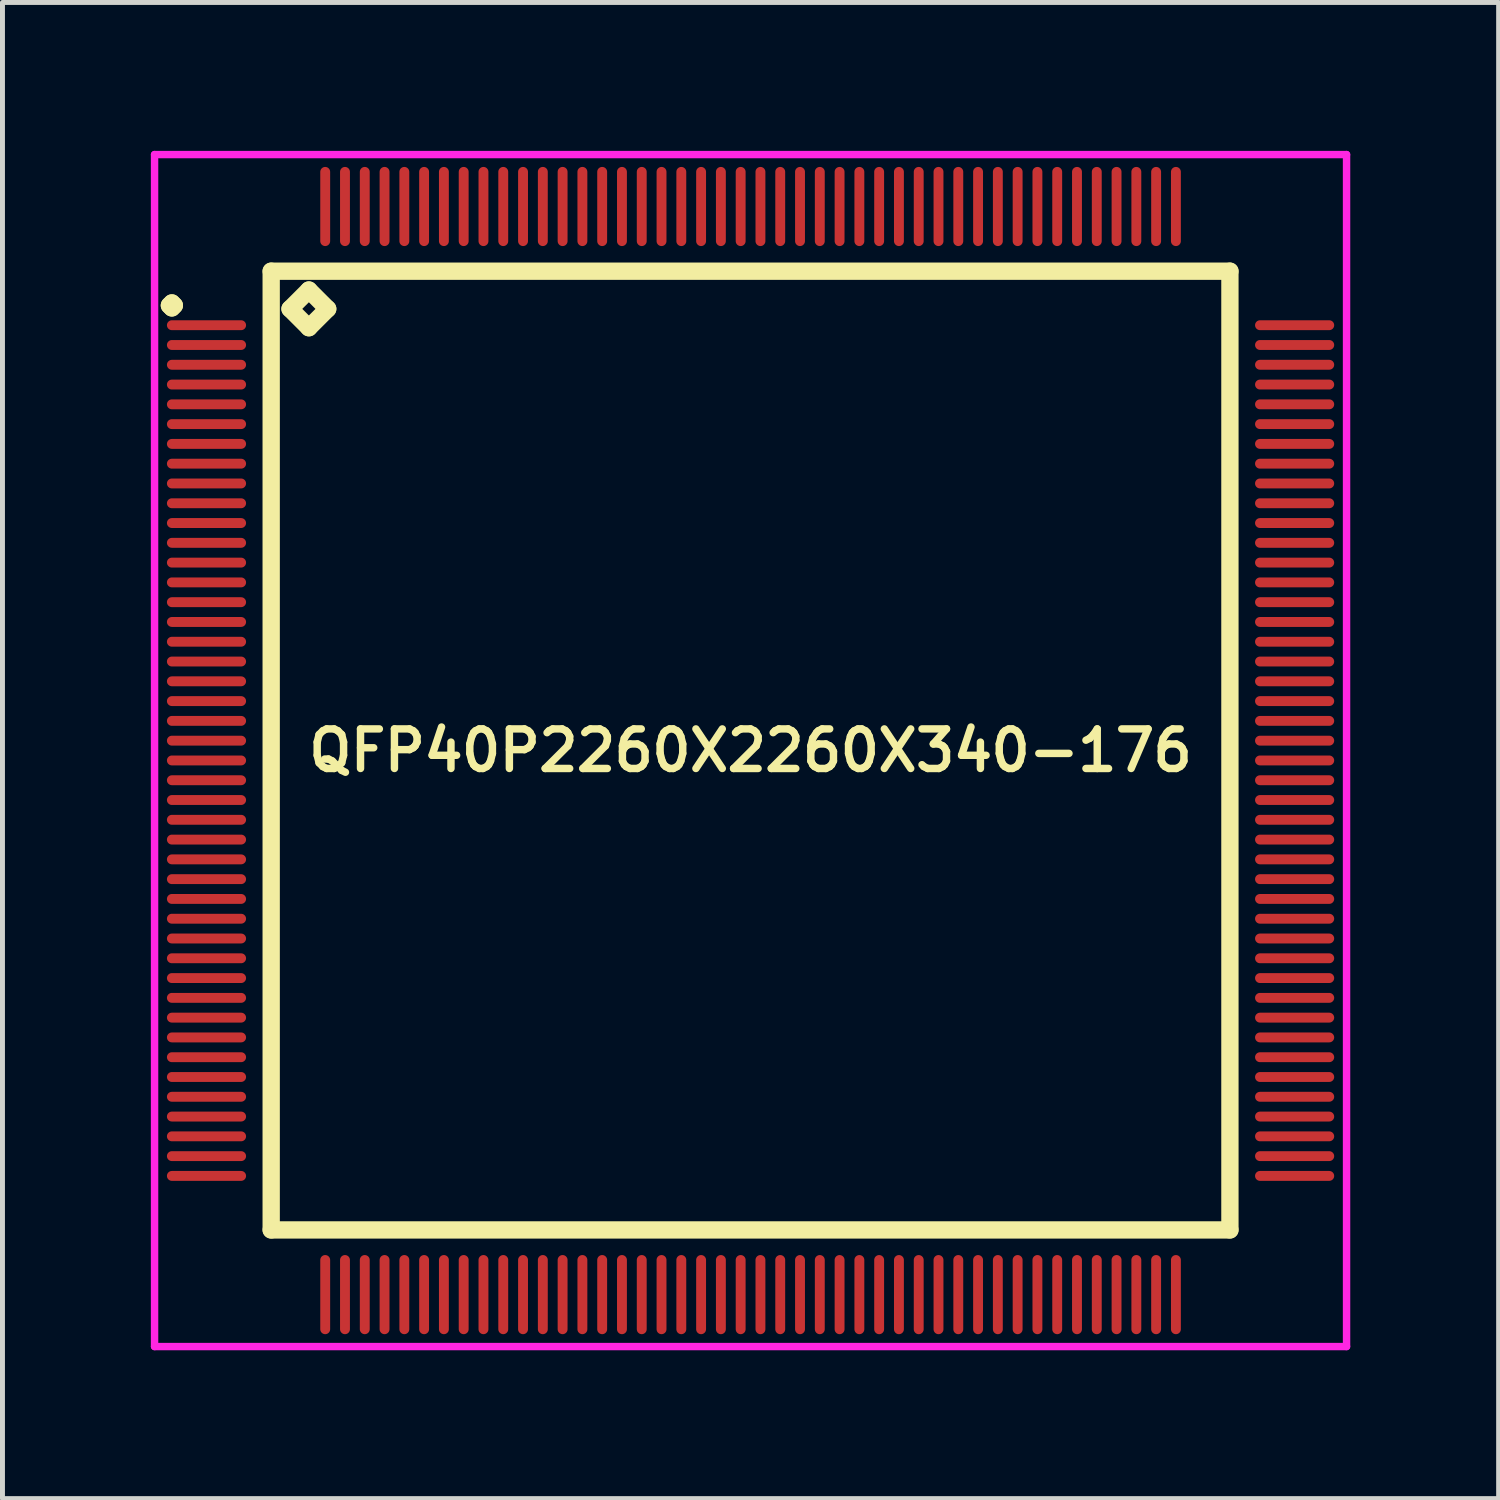
<source format=kicad_pcb>
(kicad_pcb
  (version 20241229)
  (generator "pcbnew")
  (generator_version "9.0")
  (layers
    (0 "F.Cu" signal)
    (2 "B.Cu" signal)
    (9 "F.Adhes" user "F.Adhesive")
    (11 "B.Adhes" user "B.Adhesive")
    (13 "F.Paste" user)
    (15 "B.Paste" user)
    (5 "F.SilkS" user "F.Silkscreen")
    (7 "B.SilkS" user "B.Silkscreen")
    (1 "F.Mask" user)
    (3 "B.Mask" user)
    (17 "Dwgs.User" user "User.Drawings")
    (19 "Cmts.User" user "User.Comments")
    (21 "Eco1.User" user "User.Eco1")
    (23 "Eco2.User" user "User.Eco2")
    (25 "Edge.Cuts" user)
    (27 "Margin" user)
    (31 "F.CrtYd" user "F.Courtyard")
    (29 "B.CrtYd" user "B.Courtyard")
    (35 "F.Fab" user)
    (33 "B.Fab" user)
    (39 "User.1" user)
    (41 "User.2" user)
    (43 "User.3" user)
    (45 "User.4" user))
  (footprint "QFP40P2260X2260X340-176"
    (layer "F.Cu")
    (at 12.125 12.125)
    (property "Reference" "QFP40P2260X2260X340-176" (at 0 0 0) (layer "F.SilkS") (effects (font (size 0.8 0.8) (thickness 0.15))))
    (attr through_hole)
    (fp_line (start -11.75 -9) (end -11.7 -9.05) (stroke (width 0.35) (type solid)) (layer "F.SilkS"))
    (fp_line (start -11.7 -9.05) (end -11.65 -9) (stroke (width 0.35) (type solid)) (layer "F.SilkS"))
    (fp_line (start -11.7 -8.95) (end -11.75 -9) (stroke (width 0.35) (type solid)) (layer "F.SilkS"))
    (fp_line (start -11.65 -9) (end -11.7 -8.95) (stroke (width 0.35) (type solid)) (layer "F.SilkS"))
    (fp_line (start -9.692 -9.692) (end -9.692 9.692) (stroke (width 0.35) (type solid)) (layer "F.SilkS"))
    (fp_line (start -9.692 9.692) (end 9.692 9.692) (stroke (width 0.35) (type solid)) (layer "F.SilkS"))
    (fp_line (start -9.311 -8.93) (end -8.93 -9.311) (stroke (width 0.35) (type solid)) (layer "F.SilkS"))
    (fp_line (start -8.93 -9.311) (end -8.549 -8.93) (stroke (width 0.35) (type solid)) (layer "F.SilkS"))
    (fp_line (start -8.93 -8.549) (end -9.311 -8.93) (stroke (width 0.35) (type solid)) (layer "F.SilkS"))
    (fp_line (start -8.549 -8.93) (end -8.93 -8.549) (stroke (width 0.35) (type solid)) (layer "F.SilkS"))
    (fp_line (start 9.692 -9.692) (end -9.692 -9.692) (stroke (width 0.35) (type solid)) (layer "F.SilkS"))
    (fp_line (start 9.692 9.692) (end 9.692 -9.692) (stroke (width 0.35) (type solid)) (layer "F.SilkS"))
    (fp_line (start -12.05 -12.05) (end 12.05 -12.05) (stroke (width 0.15) (type solid)) (layer "F.CrtYd"))
    (fp_line (start -12.05 12.05) (end -12.05 -12.05) (stroke (width 0.15) (type solid)) (layer "F.CrtYd"))
    (fp_line (start 12.05 -12.05) (end 12.05 12.05) (stroke (width 0.15) (type solid)) (layer "F.CrtYd"))
    (fp_line (start 12.05 12.05) (end -12.05 12.05) (stroke (width 0.15) (type solid)) (layer "F.CrtYd"))
    (pad "1" smd oval (at -11 -8.6) (size 1.6 0.2) (layers "F.Cu" "F.Mask" "F.Paste"))
    (pad "2" smd oval (at -11 -8.2) (size 1.6 0.2) (layers "F.Cu" "F.Mask" "F.Paste"))
    (pad "3" smd oval (at -11 -7.8) (size 1.6 0.2) (layers "F.Cu" "F.Mask" "F.Paste"))
    (pad "4" smd oval (at -11 -7.4) (size 1.6 0.2) (layers "F.Cu" "F.Mask" "F.Paste"))
    (pad "5" smd oval (at -11 -7) (size 1.6 0.2) (layers "F.Cu" "F.Mask" "F.Paste"))
    (pad "6" smd oval (at -11 -6.6) (size 1.6 0.2) (layers "F.Cu" "F.Mask" "F.Paste"))
    (pad "7" smd oval (at -11 -6.2) (size 1.6 0.2) (layers "F.Cu" "F.Mask" "F.Paste"))
    (pad "8" smd oval (at -11 -5.8) (size 1.6 0.2) (layers "F.Cu" "F.Mask" "F.Paste"))
    (pad "9" smd oval (at -11 -5.4) (size 1.6 0.2) (layers "F.Cu" "F.Mask" "F.Paste"))
    (pad "10" smd oval (at -11 -5) (size 1.6 0.2) (layers "F.Cu" "F.Mask" "F.Paste"))
    (pad "11" smd oval (at -11 -4.6) (size 1.6 0.2) (layers "F.Cu" "F.Mask" "F.Paste"))
    (pad "12" smd oval (at -11 -4.2) (size 1.6 0.2) (layers "F.Cu" "F.Mask" "F.Paste"))
    (pad "13" smd oval (at -11 -3.8) (size 1.6 0.2) (layers "F.Cu" "F.Mask" "F.Paste"))
    (pad "14" smd oval (at -11 -3.4) (size 1.6 0.2) (layers "F.Cu" "F.Mask" "F.Paste"))
    (pad "15" smd oval (at -11 -3) (size 1.6 0.2) (layers "F.Cu" "F.Mask" "F.Paste"))
    (pad "16" smd oval (at -11 -2.6) (size 1.6 0.2) (layers "F.Cu" "F.Mask" "F.Paste"))
    (pad "17" smd oval (at -11 -2.2) (size 1.6 0.2) (layers "F.Cu" "F.Mask" "F.Paste"))
    (pad "18" smd oval (at -11 -1.8) (size 1.6 0.2) (layers "F.Cu" "F.Mask" "F.Paste"))
    (pad "19" smd oval (at -11 -1.4) (size 1.6 0.2) (layers "F.Cu" "F.Mask" "F.Paste"))
    (pad "20" smd oval (at -11 -1) (size 1.6 0.2) (layers "F.Cu" "F.Mask" "F.Paste"))
    (pad "21" smd oval (at -11 -0.6) (size 1.6 0.2) (layers "F.Cu" "F.Mask" "F.Paste"))
    (pad "22" smd oval (at -11 -0.2) (size 1.6 0.2) (layers "F.Cu" "F.Mask" "F.Paste"))
    (pad "23" smd oval (at -11 0.2) (size 1.6 0.2) (layers "F.Cu" "F.Mask" "F.Paste"))
    (pad "24" smd oval (at -11 0.6) (size 1.6 0.2) (layers "F.Cu" "F.Mask" "F.Paste"))
    (pad "25" smd oval (at -11 1) (size 1.6 0.2) (layers "F.Cu" "F.Mask" "F.Paste"))
    (pad "26" smd oval (at -11 1.4) (size 1.6 0.2) (layers "F.Cu" "F.Mask" "F.Paste"))
    (pad "27" smd oval (at -11 1.8) (size 1.6 0.2) (layers "F.Cu" "F.Mask" "F.Paste"))
    (pad "28" smd oval (at -11 2.2) (size 1.6 0.2) (layers "F.Cu" "F.Mask" "F.Paste"))
    (pad "29" smd oval (at -11 2.6) (size 1.6 0.2) (layers "F.Cu" "F.Mask" "F.Paste"))
    (pad "30" smd oval (at -11 3) (size 1.6 0.2) (layers "F.Cu" "F.Mask" "F.Paste"))
    (pad "31" smd oval (at -11 3.4) (size 1.6 0.2) (layers "F.Cu" "F.Mask" "F.Paste"))
    (pad "32" smd oval (at -11 3.8) (size 1.6 0.2) (layers "F.Cu" "F.Mask" "F.Paste"))
    (pad "33" smd oval (at -11 4.2) (size 1.6 0.2) (layers "F.Cu" "F.Mask" "F.Paste"))
    (pad "34" smd oval (at -11 4.6) (size 1.6 0.2) (layers "F.Cu" "F.Mask" "F.Paste"))
    (pad "35" smd oval (at -11 5) (size 1.6 0.2) (layers "F.Cu" "F.Mask" "F.Paste"))
    (pad "36" smd oval (at -11 5.4) (size 1.6 0.2) (layers "F.Cu" "F.Mask" "F.Paste"))
    (pad "37" smd oval (at -11 5.8) (size 1.6 0.2) (layers "F.Cu" "F.Mask" "F.Paste"))
    (pad "38" smd oval (at -11 6.2) (size 1.6 0.2) (layers "F.Cu" "F.Mask" "F.Paste"))
    (pad "39" smd oval (at -11 6.6) (size 1.6 0.2) (layers "F.Cu" "F.Mask" "F.Paste"))
    (pad "40" smd oval (at -11 7) (size 1.6 0.2) (layers "F.Cu" "F.Mask" "F.Paste"))
    (pad "41" smd oval (at -11 7.4) (size 1.6 0.2) (layers "F.Cu" "F.Mask" "F.Paste"))
    (pad "42" smd oval (at -11 7.8) (size 1.6 0.2) (layers "F.Cu" "F.Mask" "F.Paste"))
    (pad "43" smd oval (at -11 8.2) (size 1.6 0.2) (layers "F.Cu" "F.Mask" "F.Paste"))
    (pad "44" smd oval (at -11 8.6) (size 1.6 0.2) (layers "F.Cu" "F.Mask" "F.Paste"))
    (pad "45" smd oval (at -8.6 11) (size 0.2 1.6) (layers "F.Cu" "F.Mask" "F.Paste"))
    (pad "46" smd oval (at -8.2 11) (size 0.2 1.6) (layers "F.Cu" "F.Mask" "F.Paste"))
    (pad "47" smd oval (at -7.8 11) (size 0.2 1.6) (layers "F.Cu" "F.Mask" "F.Paste"))
    (pad "48" smd oval (at -7.4 11) (size 0.2 1.6) (layers "F.Cu" "F.Mask" "F.Paste"))
    (pad "49" smd oval (at -7 11) (size 0.2 1.6) (layers "F.Cu" "F.Mask" "F.Paste"))
    (pad "50" smd oval (at -6.6 11) (size 0.2 1.6) (layers "F.Cu" "F.Mask" "F.Paste"))
    (pad "51" smd oval (at -6.2 11) (size 0.2 1.6) (layers "F.Cu" "F.Mask" "F.Paste"))
    (pad "52" smd oval (at -5.8 11) (size 0.2 1.6) (layers "F.Cu" "F.Mask" "F.Paste"))
    (pad "53" smd oval (at -5.4 11) (size 0.2 1.6) (layers "F.Cu" "F.Mask" "F.Paste"))
    (pad "54" smd oval (at -5 11) (size 0.2 1.6) (layers "F.Cu" "F.Mask" "F.Paste"))
    (pad "55" smd oval (at -4.6 11) (size 0.2 1.6) (layers "F.Cu" "F.Mask" "F.Paste"))
    (pad "56" smd oval (at -4.2 11) (size 0.2 1.6) (layers "F.Cu" "F.Mask" "F.Paste"))
    (pad "57" smd oval (at -3.8 11) (size 0.2 1.6) (layers "F.Cu" "F.Mask" "F.Paste"))
    (pad "58" smd oval (at -3.4 11) (size 0.2 1.6) (layers "F.Cu" "F.Mask" "F.Paste"))
    (pad "59" smd oval (at -3 11) (size 0.2 1.6) (layers "F.Cu" "F.Mask" "F.Paste"))
    (pad "60" smd oval (at -2.6 11) (size 0.2 1.6) (layers "F.Cu" "F.Mask" "F.Paste"))
    (pad "61" smd oval (at -2.2 11) (size 0.2 1.6) (layers "F.Cu" "F.Mask" "F.Paste"))
    (pad "62" smd oval (at -1.8 11) (size 0.2 1.6) (layers "F.Cu" "F.Mask" "F.Paste"))
    (pad "63" smd oval (at -1.4 11) (size 0.2 1.6) (layers "F.Cu" "F.Mask" "F.Paste"))
    (pad "64" smd oval (at -1 11) (size 0.2 1.6) (layers "F.Cu" "F.Mask" "F.Paste"))
    (pad "65" smd oval (at -0.6 11) (size 0.2 1.6) (layers "F.Cu" "F.Mask" "F.Paste"))
    (pad "66" smd oval (at -0.2 11) (size 0.2 1.6) (layers "F.Cu" "F.Mask" "F.Paste"))
    (pad "67" smd oval (at 0.2 11) (size 0.2 1.6) (layers "F.Cu" "F.Mask" "F.Paste"))
    (pad "68" smd oval (at 0.6 11) (size 0.2 1.6) (layers "F.Cu" "F.Mask" "F.Paste"))
    (pad "69" smd oval (at 1 11) (size 0.2 1.6) (layers "F.Cu" "F.Mask" "F.Paste"))
    (pad "70" smd oval (at 1.4 11) (size 0.2 1.6) (layers "F.Cu" "F.Mask" "F.Paste"))
    (pad "71" smd oval (at 1.8 11) (size 0.2 1.6) (layers "F.Cu" "F.Mask" "F.Paste"))
    (pad "72" smd oval (at 2.2 11) (size 0.2 1.6) (layers "F.Cu" "F.Mask" "F.Paste"))
    (pad "73" smd oval (at 2.6 11) (size 0.2 1.6) (layers "F.Cu" "F.Mask" "F.Paste"))
    (pad "74" smd oval (at 3 11) (size 0.2 1.6) (layers "F.Cu" "F.Mask" "F.Paste"))
    (pad "75" smd oval (at 3.4 11) (size 0.2 1.6) (layers "F.Cu" "F.Mask" "F.Paste"))
    (pad "76" smd oval (at 3.8 11) (size 0.2 1.6) (layers "F.Cu" "F.Mask" "F.Paste"))
    (pad "77" smd oval (at 4.2 11) (size 0.2 1.6) (layers "F.Cu" "F.Mask" "F.Paste"))
    (pad "78" smd oval (at 4.6 11) (size 0.2 1.6) (layers "F.Cu" "F.Mask" "F.Paste"))
    (pad "79" smd oval (at 5 11) (size 0.2 1.6) (layers "F.Cu" "F.Mask" "F.Paste"))
    (pad "80" smd oval (at 5.4 11) (size 0.2 1.6) (layers "F.Cu" "F.Mask" "F.Paste"))
    (pad "81" smd oval (at 5.8 11) (size 0.2 1.6) (layers "F.Cu" "F.Mask" "F.Paste"))
    (pad "82" smd oval (at 6.2 11) (size 0.2 1.6) (layers "F.Cu" "F.Mask" "F.Paste"))
    (pad "83" smd oval (at 6.6 11) (size 0.2 1.6) (layers "F.Cu" "F.Mask" "F.Paste"))
    (pad "84" smd oval (at 7 11) (size 0.2 1.6) (layers "F.Cu" "F.Mask" "F.Paste"))
    (pad "85" smd oval (at 7.4 11) (size 0.2 1.6) (layers "F.Cu" "F.Mask" "F.Paste"))
    (pad "86" smd oval (at 7.8 11) (size 0.2 1.6) (layers "F.Cu" "F.Mask" "F.Paste"))
    (pad "87" smd oval (at 8.2 11) (size 0.2 1.6) (layers "F.Cu" "F.Mask" "F.Paste"))
    (pad "88" smd oval (at 8.6 11) (size 0.2 1.6) (layers "F.Cu" "F.Mask" "F.Paste"))
    (pad "89" smd oval (at 11 8.6) (size 1.6 0.2) (layers "F.Cu" "F.Mask" "F.Paste"))
    (pad "90" smd oval (at 11 8.2) (size 1.6 0.2) (layers "F.Cu" "F.Mask" "F.Paste"))
    (pad "91" smd oval (at 11 7.8) (size 1.6 0.2) (layers "F.Cu" "F.Mask" "F.Paste"))
    (pad "92" smd oval (at 11 7.4) (size 1.6 0.2) (layers "F.Cu" "F.Mask" "F.Paste"))
    (pad "93" smd oval (at 11 7) (size 1.6 0.2) (layers "F.Cu" "F.Mask" "F.Paste"))
    (pad "94" smd oval (at 11 6.6) (size 1.6 0.2) (layers "F.Cu" "F.Mask" "F.Paste"))
    (pad "95" smd oval (at 11 6.2) (size 1.6 0.2) (layers "F.Cu" "F.Mask" "F.Paste"))
    (pad "96" smd oval (at 11 5.8) (size 1.6 0.2) (layers "F.Cu" "F.Mask" "F.Paste"))
    (pad "97" smd oval (at 11 5.4) (size 1.6 0.2) (layers "F.Cu" "F.Mask" "F.Paste"))
    (pad "98" smd oval (at 11 5) (size 1.6 0.2) (layers "F.Cu" "F.Mask" "F.Paste"))
    (pad "99" smd oval (at 11 4.6) (size 1.6 0.2) (layers "F.Cu" "F.Mask" "F.Paste"))
    (pad "100" smd oval (at 11 4.2) (size 1.6 0.2) (layers "F.Cu" "F.Mask" "F.Paste"))
    (pad "101" smd oval (at 11 3.8) (size 1.6 0.2) (layers "F.Cu" "F.Mask" "F.Paste"))
    (pad "102" smd oval (at 11 3.4) (size 1.6 0.2) (layers "F.Cu" "F.Mask" "F.Paste"))
    (pad "103" smd oval (at 11 3) (size 1.6 0.2) (layers "F.Cu" "F.Mask" "F.Paste"))
    (pad "104" smd oval (at 11 2.6) (size 1.6 0.2) (layers "F.Cu" "F.Mask" "F.Paste"))
    (pad "105" smd oval (at 11 2.2) (size 1.6 0.2) (layers "F.Cu" "F.Mask" "F.Paste"))
    (pad "106" smd oval (at 11 1.8) (size 1.6 0.2) (layers "F.Cu" "F.Mask" "F.Paste"))
    (pad "107" smd oval (at 11 1.4) (size 1.6 0.2) (layers "F.Cu" "F.Mask" "F.Paste"))
    (pad "108" smd oval (at 11 1) (size 1.6 0.2) (layers "F.Cu" "F.Mask" "F.Paste"))
    (pad "109" smd oval (at 11 0.6) (size 1.6 0.2) (layers "F.Cu" "F.Mask" "F.Paste"))
    (pad "110" smd oval (at 11 0.2) (size 1.6 0.2) (layers "F.Cu" "F.Mask" "F.Paste"))
    (pad "111" smd oval (at 11 -0.2) (size 1.6 0.2) (layers "F.Cu" "F.Mask" "F.Paste"))
    (pad "112" smd oval (at 11 -0.6) (size 1.6 0.2) (layers "F.Cu" "F.Mask" "F.Paste"))
    (pad "113" smd oval (at 11 -1) (size 1.6 0.2) (layers "F.Cu" "F.Mask" "F.Paste"))
    (pad "114" smd oval (at 11 -1.4) (size 1.6 0.2) (layers "F.Cu" "F.Mask" "F.Paste"))
    (pad "115" smd oval (at 11 -1.8) (size 1.6 0.2) (layers "F.Cu" "F.Mask" "F.Paste"))
    (pad "116" smd oval (at 11 -2.2) (size 1.6 0.2) (layers "F.Cu" "F.Mask" "F.Paste"))
    (pad "117" smd oval (at 11 -2.6) (size 1.6 0.2) (layers "F.Cu" "F.Mask" "F.Paste"))
    (pad "118" smd oval (at 11 -3) (size 1.6 0.2) (layers "F.Cu" "F.Mask" "F.Paste"))
    (pad "119" smd oval (at 11 -3.4) (size 1.6 0.2) (layers "F.Cu" "F.Mask" "F.Paste"))
    (pad "120" smd oval (at 11 -3.8) (size 1.6 0.2) (layers "F.Cu" "F.Mask" "F.Paste"))
    (pad "121" smd oval (at 11 -4.2) (size 1.6 0.2) (layers "F.Cu" "F.Mask" "F.Paste"))
    (pad "122" smd oval (at 11 -4.6) (size 1.6 0.2) (layers "F.Cu" "F.Mask" "F.Paste"))
    (pad "123" smd oval (at 11 -5) (size 1.6 0.2) (layers "F.Cu" "F.Mask" "F.Paste"))
    (pad "124" smd oval (at 11 -5.4) (size 1.6 0.2) (layers "F.Cu" "F.Mask" "F.Paste"))
    (pad "125" smd oval (at 11 -5.8) (size 1.6 0.2) (layers "F.Cu" "F.Mask" "F.Paste"))
    (pad "126" smd oval (at 11 -6.2) (size 1.6 0.2) (layers "F.Cu" "F.Mask" "F.Paste"))
    (pad "127" smd oval (at 11 -6.6) (size 1.6 0.2) (layers "F.Cu" "F.Mask" "F.Paste"))
    (pad "128" smd oval (at 11 -7) (size 1.6 0.2) (layers "F.Cu" "F.Mask" "F.Paste"))
    (pad "129" smd oval (at 11 -7.4) (size 1.6 0.2) (layers "F.Cu" "F.Mask" "F.Paste"))
    (pad "130" smd oval (at 11 -7.8) (size 1.6 0.2) (layers "F.Cu" "F.Mask" "F.Paste"))
    (pad "131" smd oval (at 11 -8.2) (size 1.6 0.2) (layers "F.Cu" "F.Mask" "F.Paste"))
    (pad "132" smd oval (at 11 -8.6) (size 1.6 0.2) (layers "F.Cu" "F.Mask" "F.Paste"))
    (pad "133" smd oval (at 8.6 -11) (size 0.2 1.6) (layers "F.Cu" "F.Mask" "F.Paste"))
    (pad "134" smd oval (at 8.2 -11) (size 0.2 1.6) (layers "F.Cu" "F.Mask" "F.Paste"))
    (pad "135" smd oval (at 7.8 -11) (size 0.2 1.6) (layers "F.Cu" "F.Mask" "F.Paste"))
    (pad "136" smd oval (at 7.4 -11) (size 0.2 1.6) (layers "F.Cu" "F.Mask" "F.Paste"))
    (pad "137" smd oval (at 7 -11) (size 0.2 1.6) (layers "F.Cu" "F.Mask" "F.Paste"))
    (pad "138" smd oval (at 6.6 -11) (size 0.2 1.6) (layers "F.Cu" "F.Mask" "F.Paste"))
    (pad "139" smd oval (at 6.2 -11) (size 0.2 1.6) (layers "F.Cu" "F.Mask" "F.Paste"))
    (pad "140" smd oval (at 5.8 -11) (size 0.2 1.6) (layers "F.Cu" "F.Mask" "F.Paste"))
    (pad "141" smd oval (at 5.4 -11) (size 0.2 1.6) (layers "F.Cu" "F.Mask" "F.Paste"))
    (pad "142" smd oval (at 5 -11) (size 0.2 1.6) (layers "F.Cu" "F.Mask" "F.Paste"))
    (pad "143" smd oval (at 4.6 -11) (size 0.2 1.6) (layers "F.Cu" "F.Mask" "F.Paste"))
    (pad "144" smd oval (at 4.2 -11) (size 0.2 1.6) (layers "F.Cu" "F.Mask" "F.Paste"))
    (pad "145" smd oval (at 3.8 -11) (size 0.2 1.6) (layers "F.Cu" "F.Mask" "F.Paste"))
    (pad "146" smd oval (at 3.4 -11) (size 0.2 1.6) (layers "F.Cu" "F.Mask" "F.Paste"))
    (pad "147" smd oval (at 3 -11) (size 0.2 1.6) (layers "F.Cu" "F.Mask" "F.Paste"))
    (pad "148" smd oval (at 2.6 -11) (size 0.2 1.6) (layers "F.Cu" "F.Mask" "F.Paste"))
    (pad "149" smd oval (at 2.2 -11) (size 0.2 1.6) (layers "F.Cu" "F.Mask" "F.Paste"))
    (pad "150" smd oval (at 1.8 -11) (size 0.2 1.6) (layers "F.Cu" "F.Mask" "F.Paste"))
    (pad "151" smd oval (at 1.4 -11) (size 0.2 1.6) (layers "F.Cu" "F.Mask" "F.Paste"))
    (pad "152" smd oval (at 1 -11) (size 0.2 1.6) (layers "F.Cu" "F.Mask" "F.Paste"))
    (pad "153" smd oval (at 0.6 -11) (size 0.2 1.6) (layers "F.Cu" "F.Mask" "F.Paste"))
    (pad "154" smd oval (at 0.2 -11) (size 0.2 1.6) (layers "F.Cu" "F.Mask" "F.Paste"))
    (pad "155" smd oval (at -0.2 -11) (size 0.2 1.6) (layers "F.Cu" "F.Mask" "F.Paste"))
    (pad "156" smd oval (at -0.6 -11) (size 0.2 1.6) (layers "F.Cu" "F.Mask" "F.Paste"))
    (pad "157" smd oval (at -1 -11) (size 0.2 1.6) (layers "F.Cu" "F.Mask" "F.Paste"))
    (pad "158" smd oval (at -1.4 -11) (size 0.2 1.6) (layers "F.Cu" "F.Mask" "F.Paste"))
    (pad "159" smd oval (at -1.8 -11) (size 0.2 1.6) (layers "F.Cu" "F.Mask" "F.Paste"))
    (pad "160" smd oval (at -2.2 -11) (size 0.2 1.6) (layers "F.Cu" "F.Mask" "F.Paste"))
    (pad "161" smd oval (at -2.6 -11) (size 0.2 1.6) (layers "F.Cu" "F.Mask" "F.Paste"))
    (pad "162" smd oval (at -3 -11) (size 0.2 1.6) (layers "F.Cu" "F.Mask" "F.Paste"))
    (pad "163" smd oval (at -3.4 -11) (size 0.2 1.6) (layers "F.Cu" "F.Mask" "F.Paste"))
    (pad "164" smd oval (at -3.8 -11) (size 0.2 1.6) (layers "F.Cu" "F.Mask" "F.Paste"))
    (pad "165" smd oval (at -4.2 -11) (size 0.2 1.6) (layers "F.Cu" "F.Mask" "F.Paste"))
    (pad "166" smd oval (at -4.6 -11) (size 0.2 1.6) (layers "F.Cu" "F.Mask" "F.Paste"))
    (pad "167" smd oval (at -5 -11) (size 0.2 1.6) (layers "F.Cu" "F.Mask" "F.Paste"))
    (pad "168" smd oval (at -5.4 -11) (size 0.2 1.6) (layers "F.Cu" "F.Mask" "F.Paste"))
    (pad "169" smd oval (at -5.8 -11) (size 0.2 1.6) (layers "F.Cu" "F.Mask" "F.Paste"))
    (pad "170" smd oval (at -6.2 -11) (size 0.2 1.6) (layers "F.Cu" "F.Mask" "F.Paste"))
    (pad "171" smd oval (at -6.6 -11) (size 0.2 1.6) (layers "F.Cu" "F.Mask" "F.Paste"))
    (pad "172" smd oval (at -7 -11) (size 0.2 1.6) (layers "F.Cu" "F.Mask" "F.Paste"))
    (pad "173" smd oval (at -7.4 -11) (size 0.2 1.6) (layers "F.Cu" "F.Mask" "F.Paste"))
    (pad "174" smd oval (at -7.8 -11) (size 0.2 1.6) (layers "F.Cu" "F.Mask" "F.Paste"))
    (pad "175" smd oval (at -8.2 -11) (size 0.2 1.6) (layers "F.Cu" "F.Mask" "F.Paste"))
    (pad "176" smd oval (at -8.6 -11) (size 0.2 1.6) (layers "F.Cu" "F.Mask" "F.Paste")))
  (gr_rect
    (start -3 -3)
    (end 27.25 27.25)
    (stroke (width 0.1) (type default))
    (fill no)
    (layer "Edge.Cuts")))
</source>
